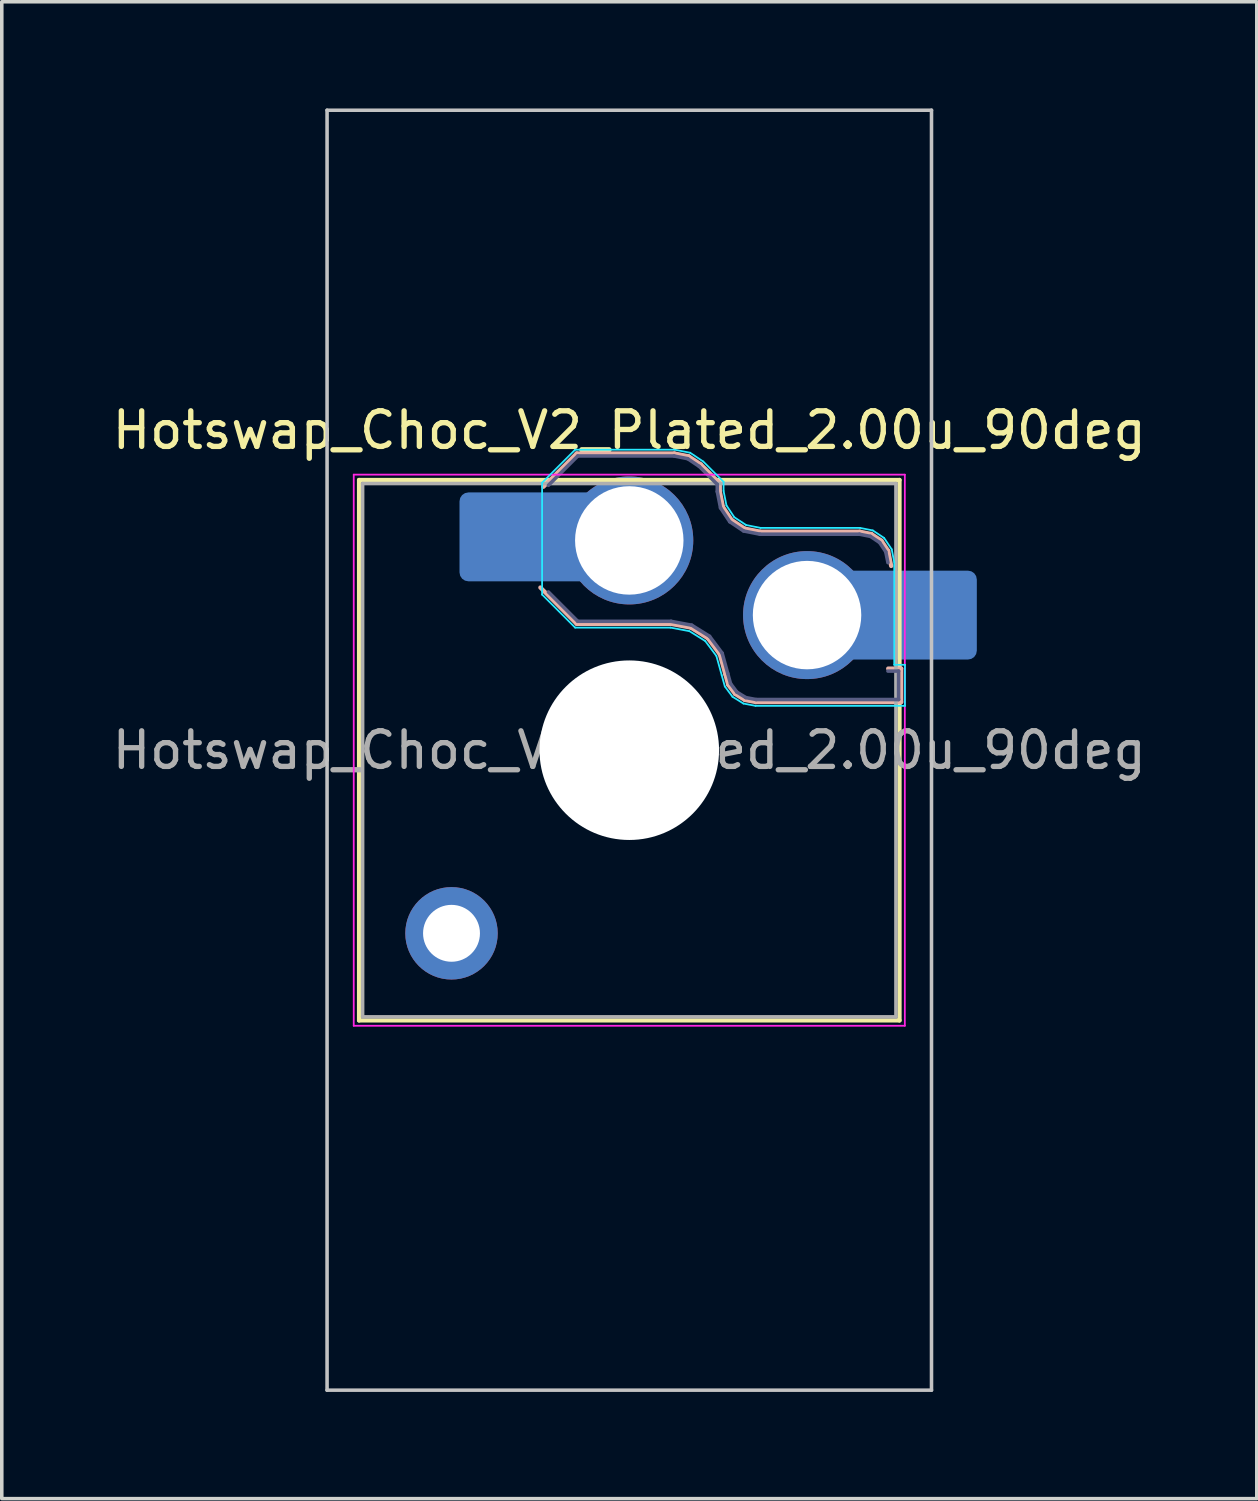
<source format=kicad_pcb>
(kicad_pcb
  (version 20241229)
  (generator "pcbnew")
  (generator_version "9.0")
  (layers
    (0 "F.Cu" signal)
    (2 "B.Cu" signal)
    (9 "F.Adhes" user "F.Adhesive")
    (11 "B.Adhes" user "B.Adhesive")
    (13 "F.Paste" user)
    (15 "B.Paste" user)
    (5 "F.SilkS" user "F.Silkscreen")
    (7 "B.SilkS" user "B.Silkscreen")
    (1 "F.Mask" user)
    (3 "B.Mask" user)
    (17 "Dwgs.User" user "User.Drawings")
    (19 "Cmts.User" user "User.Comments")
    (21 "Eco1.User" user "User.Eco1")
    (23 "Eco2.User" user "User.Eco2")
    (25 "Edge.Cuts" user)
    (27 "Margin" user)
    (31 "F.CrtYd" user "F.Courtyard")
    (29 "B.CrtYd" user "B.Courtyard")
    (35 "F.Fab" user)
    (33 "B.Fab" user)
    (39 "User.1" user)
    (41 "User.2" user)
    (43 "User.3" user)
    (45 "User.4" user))
  (footprint "Hotswap_Choc_V2_Plated_2.00u_90deg"
    (layer "F.Cu")
    (at 14.649 18.05)
    (property "Reference" "Hotswap_Choc_V2_Plated_2.00u_90deg" (at 0 -9 0) (layer "F.SilkS") (effects (font (size 1 1) (thickness 0.15))))
    (attr smd)
    (fp_line (start -7.6 -7.6) (end -7.6 7.6) (stroke (width 0.12) (type solid)) (layer "F.SilkS"))
    (fp_line (start -7.6 7.6) (end 7.6 7.6) (stroke (width 0.12) (type solid)) (layer "F.SilkS"))
    (fp_line (start 7.6 -7.6) (end -7.6 -7.6) (stroke (width 0.12) (type solid)) (layer "F.SilkS"))
    (fp_line (start 7.6 7.6) (end 7.6 -7.6) (stroke (width 0.12) (type solid)) (layer "F.SilkS"))
    (fp_line (start -2.416 -7.409) (end -1.479 -8.346) (stroke (width 0.12) (type solid)) (layer "B.SilkS"))
    (fp_line (start -1.479 -8.346) (end 1.268 -8.346) (stroke (width 0.12) (type solid)) (layer "B.SilkS"))
    (fp_line (start -1.479 -3.554) (end -2.5 -4.575) (stroke (width 0.12) (type solid)) (layer "B.SilkS"))
    (fp_line (start 1.168 -3.554) (end -1.479 -3.554) (stroke (width 0.12) (type solid)) (layer "B.SilkS"))
    (fp_line (start 1.268 -8.346) (end 1.671 -8.266) (stroke (width 0.12) (type solid)) (layer "B.SilkS"))
    (fp_line (start 1.671 -8.266) (end 2.013 -8.037) (stroke (width 0.12) (type solid)) (layer "B.SilkS"))
    (fp_line (start 1.73 -3.449) (end 1.168 -3.554) (stroke (width 0.12) (type solid)) (layer "B.SilkS"))
    (fp_line (start 2.013 -8.037) (end 2.546 -7.504) (stroke (width 0.12) (type solid)) (layer "B.SilkS"))
    (fp_line (start 2.209 -3.15) (end 1.73 -3.449) (stroke (width 0.12) (type solid)) (layer "B.SilkS"))
    (fp_line (start 2.546 -7.504) (end 2.546 -7.282) (stroke (width 0.12) (type solid)) (layer "B.SilkS"))
    (fp_line (start 2.546 -7.282) (end 2.633 -6.844) (stroke (width 0.12) (type solid)) (layer "B.SilkS"))
    (fp_line (start 2.547 -2.697) (end 2.209 -3.15) (stroke (width 0.12) (type solid)) (layer "B.SilkS"))
    (fp_line (start 2.633 -6.844) (end 2.877 -6.477) (stroke (width 0.12) (type solid)) (layer "B.SilkS"))
    (fp_line (start 2.701 -2.139) (end 2.547 -2.697) (stroke (width 0.12) (type solid)) (layer "B.SilkS"))
    (fp_line (start 2.783 -1.841) (end 2.701 -2.139) (stroke (width 0.12) (type solid)) (layer "B.SilkS"))
    (fp_line (start 2.877 -6.477) (end 3.244 -6.233) (stroke (width 0.12) (type solid)) (layer "B.SilkS"))
    (fp_line (start 2.976 -1.583) (end 2.783 -1.841) (stroke (width 0.12) (type solid)) (layer "B.SilkS"))
    (fp_line (start 3.244 -6.233) (end 3.682 -6.146) (stroke (width 0.12) (type solid)) (layer "B.SilkS"))
    (fp_line (start 3.25 -1.413) (end 2.976 -1.583) (stroke (width 0.12) (type solid)) (layer "B.SilkS"))
    (fp_line (start 3.56 -1.354) (end 3.25 -1.413) (stroke (width 0.12) (type solid)) (layer "B.SilkS"))
    (fp_line (start 3.682 -6.146) (end 6.482 -6.146) (stroke (width 0.12) (type solid)) (layer "B.SilkS"))
    (fp_line (start 6.482 -6.146) (end 6.809 -6.081) (stroke (width 0.12) (type solid)) (layer "B.SilkS"))
    (fp_line (start 6.809 -6.081) (end 7.092 -5.892) (stroke (width 0.12) (type solid)) (layer "B.SilkS"))
    (fp_line (start 7.092 -5.892) (end 7.281 -5.609) (stroke (width 0.12) (type solid)) (layer "B.SilkS"))
    (fp_line (start 7.281 -5.609) (end 7.366 -5.182) (stroke (width 0.12) (type solid)) (layer "B.SilkS"))
    (fp_line (start 7.283 -2.296) (end 7.646 -2.296) (stroke (width 0.12) (type solid)) (layer "B.SilkS"))
    (fp_line (start 7.646 -2.296) (end 7.646 -1.354) (stroke (width 0.12) (type solid)) (layer "B.SilkS"))
    (fp_line (start 7.646 -1.354) (end 3.56 -1.354) (stroke (width 0.12) (type solid)) (layer "B.SilkS"))
    (fp_line (start -8.5 -18) (end 8.5 -18) (stroke (width 0.1) (type solid)) (layer "Dwgs.User"))
    (fp_line (start -8.5 18) (end -8.5 -18) (stroke (width 0.1) (type solid)) (layer "Dwgs.User"))
    (fp_line (start 8.5 -18) (end 8.5 18) (stroke (width 0.1) (type solid)) (layer "Dwgs.User"))
    (fp_line (start 8.5 18) (end -8.5 18) (stroke (width 0.1) (type solid)) (layer "Dwgs.User"))
    (fp_line (start -7.25 -7.25) (end -7.25 7.25) (stroke (width 0.1) (type solid)) (layer "Eco1.User"))
    (fp_line (start -7.25 7.25) (end 7.25 7.25) (stroke (width 0.1) (type solid)) (layer "Eco1.User"))
    (fp_line (start 7.25 -7.25) (end -7.25 -7.25) (stroke (width 0.1) (type solid)) (layer "Eco1.User"))
    (fp_line (start 7.25 7.25) (end 7.25 -7.25) (stroke (width 0.1) (type solid)) (layer "Eco1.User"))
    (fp_line (start -2.452 -7.523) (end -1.523 -8.452) (stroke (width 0.05) (type solid)) (layer "B.CrtYd"))
    (fp_line (start -2.452 -4.377) (end -2.452 -7.523) (stroke (width 0.05) (type solid)) (layer "B.CrtYd"))
    (fp_line (start -1.523 -8.452) (end 1.278 -8.452) (stroke (width 0.05) (type solid)) (layer "B.CrtYd"))
    (fp_line (start -1.523 -3.448) (end -2.452 -4.377) (stroke (width 0.05) (type solid)) (layer "B.CrtYd"))
    (fp_line (start 1.159 -3.448) (end -1.523 -3.448) (stroke (width 0.05) (type solid)) (layer "B.CrtYd"))
    (fp_line (start 1.278 -8.452) (end 1.712 -8.366) (stroke (width 0.05) (type solid)) (layer "B.CrtYd"))
    (fp_line (start 1.691 -3.348) (end 1.159 -3.448) (stroke (width 0.05) (type solid)) (layer "B.CrtYd"))
    (fp_line (start 1.712 -8.366) (end 2.081 -8.119) (stroke (width 0.05) (type solid)) (layer "B.CrtYd"))
    (fp_line (start 2.081 -8.119) (end 2.652 -7.548) (stroke (width 0.05) (type solid)) (layer "B.CrtYd"))
    (fp_line (start 2.136 -3.071) (end 1.691 -3.348) (stroke (width 0.05) (type solid)) (layer "B.CrtYd"))
    (fp_line (start 2.45 -2.65) (end 2.136 -3.071) (stroke (width 0.05) (type solid)) (layer "B.CrtYd"))
    (fp_line (start 2.599 -2.111) (end 2.45 -2.65) (stroke (width 0.05) (type solid)) (layer "B.CrtYd"))
    (fp_line (start 2.652 -7.548) (end 2.652 -7.292) (stroke (width 0.05) (type solid)) (layer "B.CrtYd"))
    (fp_line (start 2.652 -7.292) (end 2.733 -6.885) (stroke (width 0.05) (type solid)) (layer "B.CrtYd"))
    (fp_line (start 2.687 -1.794) (end 2.599 -2.111) (stroke (width 0.05) (type solid)) (layer "B.CrtYd"))
    (fp_line (start 2.733 -6.885) (end 2.953 -6.553) (stroke (width 0.05) (type solid)) (layer "B.CrtYd"))
    (fp_line (start 2.903 -1.503) (end 2.687 -1.794) (stroke (width 0.05) (type solid)) (layer "B.CrtYd"))
    (fp_line (start 2.953 -6.553) (end 3.285 -6.333) (stroke (width 0.05) (type solid)) (layer "B.CrtYd"))
    (fp_line (start 3.211 -1.312) (end 2.903 -1.503) (stroke (width 0.05) (type solid)) (layer "B.CrtYd"))
    (fp_line (start 3.285 -6.333) (end 3.692 -6.252) (stroke (width 0.05) (type solid)) (layer "B.CrtYd"))
    (fp_line (start 3.55 -1.248) (end 3.211 -1.312) (stroke (width 0.05) (type solid)) (layer "B.CrtYd"))
    (fp_line (start 3.692 -6.252) (end 6.492 -6.252) (stroke (width 0.05) (type solid)) (layer "B.CrtYd"))
    (fp_line (start 6.492 -6.252) (end 6.85 -6.181) (stroke (width 0.05) (type solid)) (layer "B.CrtYd"))
    (fp_line (start 6.85 -6.181) (end 7.168 -5.968) (stroke (width 0.05) (type solid)) (layer "B.CrtYd"))
    (fp_line (start 7.168 -5.968) (end 7.381 -5.65) (stroke (width 0.05) (type solid)) (layer "B.CrtYd"))
    (fp_line (start 7.381 -5.65) (end 7.452 -5.292) (stroke (width 0.05) (type solid)) (layer "B.CrtYd"))
    (fp_line (start 7.452 -5.292) (end 7.452 -2.402) (stroke (width 0.05) (type solid)) (layer "B.CrtYd"))
    (fp_line (start 7.452 -2.402) (end 7.752 -2.402) (stroke (width 0.05) (type solid)) (layer "B.CrtYd"))
    (fp_line (start 7.752 -2.402) (end 7.752 -1.248) (stroke (width 0.05) (type solid)) (layer "B.CrtYd"))
    (fp_line (start 7.752 -1.248) (end 3.55 -1.248) (stroke (width 0.05) (type solid)) (layer "B.CrtYd"))
    (fp_line (start -7.75 -7.75) (end -7.75 7.75) (stroke (width 0.05) (type solid)) (layer "F.CrtYd"))
    (fp_line (start -7.75 7.75) (end 7.75 7.75) (stroke (width 0.05) (type solid)) (layer "F.CrtYd"))
    (fp_line (start 7.75 -7.75) (end -7.75 -7.75) (stroke (width 0.05) (type solid)) (layer "F.CrtYd"))
    (fp_line (start 7.75 7.75) (end 7.75 -7.75) (stroke (width 0.05) (type solid)) (layer "F.CrtYd"))
    (fp_line (start -2.275 -7.45) (end -1.45 -8.275) (stroke (width 0.1) (type solid)) (layer "B.Fab"))
    (fp_line (start -1.45 -8.275) (end 1.261 -8.275) (stroke (width 0.1) (type solid)) (layer "B.Fab"))
    (fp_line (start -1.45 -3.625) (end -2.275 -4.45) (stroke (width 0.1) (type solid)) (layer "B.Fab"))
    (fp_line (start 1.175 -3.625) (end -1.45 -3.625) (stroke (width 0.1) (type solid)) (layer "B.Fab"))
    (fp_line (start 1.261 -8.275) (end 1.643 -8.199) (stroke (width 0.1) (type solid)) (layer "B.Fab"))
    (fp_line (start 1.643 -8.199) (end 1.968 -7.982) (stroke (width 0.1) (type solid)) (layer "B.Fab"))
    (fp_line (start 1.756 -3.516) (end 1.175 -3.625) (stroke (width 0.1) (type solid)) (layer "B.Fab"))
    (fp_line (start 1.968 -7.982) (end 2.475 -7.475) (stroke (width 0.1) (type solid)) (layer "B.Fab"))
    (fp_line (start 2.258 -3.203) (end 1.756 -3.516) (stroke (width 0.1) (type solid)) (layer "B.Fab"))
    (fp_line (start 2.475 -7.475) (end 2.475 -7.275) (stroke (width 0.1) (type solid)) (layer "B.Fab"))
    (fp_line (start 2.475 -7.275) (end 2.566 -6.816) (stroke (width 0.1) (type solid)) (layer "B.Fab"))
    (fp_line (start 2.566 -6.816) (end 2.826 -6.426) (stroke (width 0.1) (type solid)) (layer "B.Fab"))
    (fp_line (start 2.612 -2.729) (end 2.258 -3.203) (stroke (width 0.1) (type solid)) (layer "B.Fab"))
    (fp_line (start 2.769 -2.158) (end 2.612 -2.729) (stroke (width 0.1) (type solid)) (layer "B.Fab"))
    (fp_line (start 2.826 -6.426) (end 3.216 -6.166) (stroke (width 0.1) (type solid)) (layer "B.Fab"))
    (fp_line (start 2.848 -1.873) (end 2.769 -2.158) (stroke (width 0.1) (type solid)) (layer "B.Fab"))
    (fp_line (start 3.025 -1.636) (end 2.848 -1.873) (stroke (width 0.1) (type solid)) (layer "B.Fab"))
    (fp_line (start 3.216 -6.166) (end 3.675 -6.075) (stroke (width 0.1) (type solid)) (layer "B.Fab"))
    (fp_line (start 3.276 -1.48) (end 3.025 -1.636) (stroke (width 0.1) (type solid)) (layer "B.Fab"))
    (fp_line (start 3.567 -1.425) (end 3.276 -1.48) (stroke (width 0.1) (type solid)) (layer "B.Fab"))
    (fp_line (start 3.675 -6.075) (end 6.475 -6.075) (stroke (width 0.1) (type solid)) (layer "B.Fab"))
    (fp_line (start 6.475 -6.075) (end 6.781 -6.014) (stroke (width 0.1) (type solid)) (layer "B.Fab"))
    (fp_line (start 6.781 -6.014) (end 7.041 -5.841) (stroke (width 0.1) (type solid)) (layer "B.Fab"))
    (fp_line (start 7.041 -5.841) (end 7.214 -5.581) (stroke (width 0.1) (type solid)) (layer "B.Fab"))
    (fp_line (start 7.214 -5.581) (end 7.275 -5.275) (stroke (width 0.1) (type solid)) (layer "B.Fab"))
    (fp_line (start 7.275 -2.225) (end 7.575 -2.225) (stroke (width 0.1) (type solid)) (layer "B.Fab"))
    (fp_line (start 7.575 -2.225) (end 7.575 -1.425) (stroke (width 0.1) (type solid)) (layer "B.Fab"))
    (fp_line (start 7.575 -1.425) (end 3.567 -1.425) (stroke (width 0.1) (type solid)) (layer "B.Fab"))
    (fp_line (start -7.5 -7.5) (end -7.5 7.5) (stroke (width 0.1) (type solid)) (layer "F.Fab"))
    (fp_line (start -7.5 7.5) (end 7.5 7.5) (stroke (width 0.1) (type solid)) (layer "F.Fab"))
    (fp_line (start 7.5 -7.5) (end -7.5 -7.5) (stroke (width 0.1) (type solid)) (layer "F.Fab"))
    (fp_line (start 7.5 7.5) (end 7.5 -7.5) (stroke (width 0.1) (type solid)) (layer "F.Fab"))
    (fp_text user "${REFERENCE}" (at 0 0 0) (layer "F.Fab") (effects (font (size 1 1) (thickness 0.15))))
    (pad "" thru_hole circle (at -5 5.15) (size 2.6 2.6) (drill 1.6) (layers "*.Cu" "*.Mask"))
    (pad "" smd roundrect (at -3.5 -6) (size 2.55 2.5) (layers "B.Mask" "B.Paste") (roundrect_rratio 0.1))
    (pad "" np_thru_hole circle (at 0 0) (size 5.05 5.05) (drill 5.05) (layers "*.Cu" "*.Mask"))
    (pad "" smd roundrect (at 8.5 -3.8) (size 2.55 2.5) (layers "B.Mask" "B.Paste") (roundrect_rratio 0.1))
    (pad "1" smd roundrect (at -2.85 -6) (size 3.85 2.5) (layers "B.Cu") (roundrect_rratio 0.1))
    (pad "1" thru_hole circle (at 0 -5.9) (size 3.6 3.6) (drill 3.05) (layers "*.Cu" "*.Mask"))
    (pad "2" thru_hole circle (at 5 -3.8) (size 3.6 3.6) (drill 3.05) (layers "*.Cu" "*.Mask"))
    (pad "2" smd roundrect (at 7.85 -3.8) (size 3.85 2.5) (layers "B.Cu") (roundrect_rratio 0.1)))
  (gr_rect
    (start -3 -3)
    (end 32.298 39.1)
    (stroke (width 0.1) (type default))
    (fill no)
    (layer "Edge.Cuts")))
</source>
